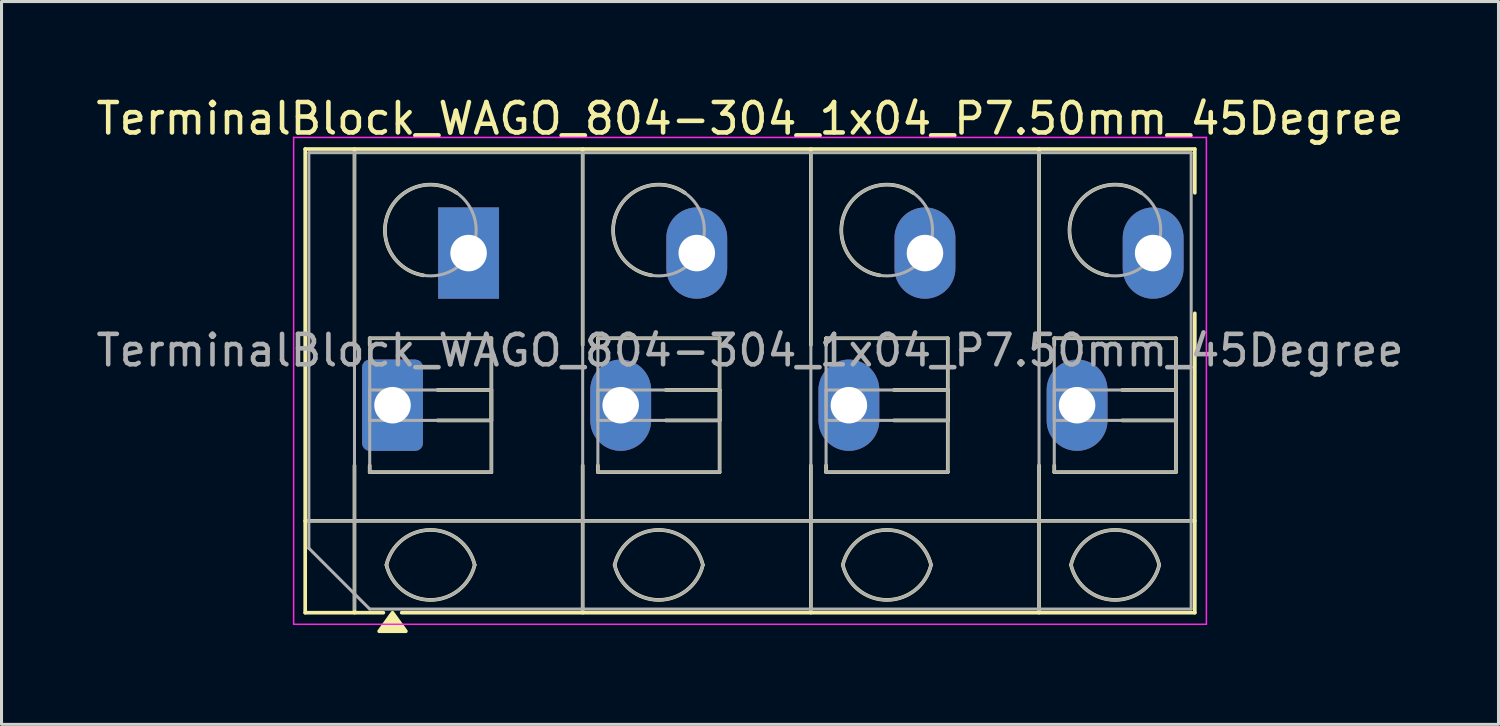
<source format=kicad_pcb>
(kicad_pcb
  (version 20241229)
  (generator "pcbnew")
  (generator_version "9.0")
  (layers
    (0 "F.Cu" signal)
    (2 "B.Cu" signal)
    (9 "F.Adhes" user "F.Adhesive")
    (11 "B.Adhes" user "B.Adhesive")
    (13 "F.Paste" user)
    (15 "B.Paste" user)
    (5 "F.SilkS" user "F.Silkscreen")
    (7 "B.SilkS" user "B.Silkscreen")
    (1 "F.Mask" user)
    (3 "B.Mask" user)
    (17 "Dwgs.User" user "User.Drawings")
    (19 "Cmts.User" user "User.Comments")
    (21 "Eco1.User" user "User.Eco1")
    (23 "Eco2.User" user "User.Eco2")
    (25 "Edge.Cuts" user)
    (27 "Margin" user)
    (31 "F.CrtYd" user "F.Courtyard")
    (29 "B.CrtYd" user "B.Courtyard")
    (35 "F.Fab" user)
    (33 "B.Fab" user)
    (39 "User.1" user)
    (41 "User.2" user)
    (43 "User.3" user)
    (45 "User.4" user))
  (footprint "TerminalBlock_WAGO_804-304_1x04_P7.50mm_45Degree"
    (layer "F.Cu")
    (at 9.851 10.268)
    (property "Reference" "TerminalBlock_WAGO_804-304_1x04_P7.50mm_45Degree" (at 11.75 -9.42 0) (layer "F.SilkS") (effects (font (size 1 1) (thickness 0.15))))
    (attr through_hole)
    (fp_line (start -2.87 -8.42) (end -2.87 6.82) (stroke (width 0.12) (type solid)) (layer "F.SilkS"))
    (fp_line (start -2.87 -8.42) (end 26.37 -8.42) (stroke (width 0.12) (type solid)) (layer "F.SilkS"))
    (fp_line (start -2.87 3.8) (end 26.37 3.8) (stroke (width 0.12) (type solid)) (layer "F.SilkS"))
    (fp_line (start -2.87 6.82) (end -0.3 6.82) (stroke (width 0.12) (type solid)) (layer "F.SilkS"))
    (fp_line (start -1.25 -8.42) (end -1.25 -1.98) (stroke (width 0.12) (type solid)) (layer "F.SilkS"))
    (fp_line (start -1.25 1.98) (end -1.25 6.82) (stroke (width 0.12) (type solid)) (layer "F.SilkS"))
    (fp_line (start -0.75 -2.2) (end -0.75 -1.98) (stroke (width 0.12) (type solid)) (layer "F.SilkS"))
    (fp_line (start -0.75 -2.2) (end 3.25 -2.2) (stroke (width 0.12) (type solid)) (layer "F.SilkS"))
    (fp_line (start -0.75 1.98) (end -0.75 2.2) (stroke (width 0.12) (type solid)) (layer "F.SilkS"))
    (fp_line (start -0.75 2.2) (end 3.25 2.2) (stroke (width 0.12) (type solid)) (layer "F.SilkS"))
    (fp_line (start 0.3 6.82) (end 26.37 6.82) (stroke (width 0.12) (type solid)) (layer "F.SilkS"))
    (fp_line (start 1.48 -0.5) (end 3.25 -0.5) (stroke (width 0.12) (type solid)) (layer "F.SilkS"))
    (fp_line (start 1.48 0.5) (end 3.25 0.5) (stroke (width 0.12) (type solid)) (layer "F.SilkS"))
    (fp_line (start 3.25 -2.2) (end 3.25 2.2) (stroke (width 0.12) (type solid)) (layer "F.SilkS"))
    (fp_line (start 3.25 -0.5) (end 3.25 0.5) (stroke (width 0.12) (type solid)) (layer "F.SilkS"))
    (fp_line (start 6.25 -8.42) (end 6.25 -1.98) (stroke (width 0.12) (type solid)) (layer "F.SilkS"))
    (fp_line (start 6.25 1.98) (end 6.25 6.82) (stroke (width 0.12) (type solid)) (layer "F.SilkS"))
    (fp_line (start 6.75 -2.2) (end 6.75 -1.98) (stroke (width 0.12) (type solid)) (layer "F.SilkS"))
    (fp_line (start 6.75 -2.2) (end 10.75 -2.2) (stroke (width 0.12) (type solid)) (layer "F.SilkS"))
    (fp_line (start 6.75 1.98) (end 6.75 2.2) (stroke (width 0.12) (type solid)) (layer "F.SilkS"))
    (fp_line (start 6.75 2.2) (end 10.75 2.2) (stroke (width 0.12) (type solid)) (layer "F.SilkS"))
    (fp_line (start 8.98 -0.5) (end 10.75 -0.5) (stroke (width 0.12) (type solid)) (layer "F.SilkS"))
    (fp_line (start 8.98 0.5) (end 10.75 0.5) (stroke (width 0.12) (type solid)) (layer "F.SilkS"))
    (fp_line (start 10.75 -2.2) (end 10.75 2.2) (stroke (width 0.12) (type solid)) (layer "F.SilkS"))
    (fp_line (start 10.75 -0.5) (end 10.75 0.5) (stroke (width 0.12) (type solid)) (layer "F.SilkS"))
    (fp_line (start 13.75 -8.42) (end 13.75 -1.98) (stroke (width 0.12) (type solid)) (layer "F.SilkS"))
    (fp_line (start 13.75 1.98) (end 13.75 6.82) (stroke (width 0.12) (type solid)) (layer "F.SilkS"))
    (fp_line (start 14.25 -2.2) (end 14.25 -1.98) (stroke (width 0.12) (type solid)) (layer "F.SilkS"))
    (fp_line (start 14.25 -2.2) (end 18.25 -2.2) (stroke (width 0.12) (type solid)) (layer "F.SilkS"))
    (fp_line (start 14.25 1.98) (end 14.25 2.2) (stroke (width 0.12) (type solid)) (layer "F.SilkS"))
    (fp_line (start 14.25 2.2) (end 18.25 2.2) (stroke (width 0.12) (type solid)) (layer "F.SilkS"))
    (fp_line (start 16.48 -0.5) (end 18.25 -0.5) (stroke (width 0.12) (type solid)) (layer "F.SilkS"))
    (fp_line (start 16.48 0.5) (end 18.25 0.5) (stroke (width 0.12) (type solid)) (layer "F.SilkS"))
    (fp_line (start 18.25 -2.2) (end 18.25 2.2) (stroke (width 0.12) (type solid)) (layer "F.SilkS"))
    (fp_line (start 18.25 -0.5) (end 18.25 0.5) (stroke (width 0.12) (type solid)) (layer "F.SilkS"))
    (fp_line (start 21.25 -8.42) (end 21.25 -1.98) (stroke (width 0.12) (type solid)) (layer "F.SilkS"))
    (fp_line (start 21.25 1.98) (end 21.25 6.82) (stroke (width 0.12) (type solid)) (layer "F.SilkS"))
    (fp_line (start 21.75 -2.2) (end 21.75 -1.98) (stroke (width 0.12) (type solid)) (layer "F.SilkS"))
    (fp_line (start 21.75 -2.2) (end 25.75 -2.2) (stroke (width 0.12) (type solid)) (layer "F.SilkS"))
    (fp_line (start 21.75 1.98) (end 21.75 2.2) (stroke (width 0.12) (type solid)) (layer "F.SilkS"))
    (fp_line (start 21.75 2.2) (end 25.75 2.2) (stroke (width 0.12) (type solid)) (layer "F.SilkS"))
    (fp_line (start 23.98 -0.5) (end 25.75 -0.5) (stroke (width 0.12) (type solid)) (layer "F.SilkS"))
    (fp_line (start 23.98 0.5) (end 25.75 0.5) (stroke (width 0.12) (type solid)) (layer "F.SilkS"))
    (fp_line (start 25.75 -2.2) (end 25.75 2.2) (stroke (width 0.12) (type solid)) (layer "F.SilkS"))
    (fp_line (start 25.75 -0.5) (end 25.75 0.5) (stroke (width 0.12) (type solid)) (layer "F.SilkS"))
    (fp_line (start 26.37 -8.42) (end 26.37 -6.98) (stroke (width 0.12) (type solid)) (layer "F.SilkS"))
    (fp_line (start 26.37 -3.02) (end 26.37 6.82) (stroke (width 0.12) (type solid)) (layer "F.SilkS"))
    (fp_arc (start -0.199942 5.249753) (mid 1.250127 4.099899) (end 2.7 5.25) (stroke (width 0.12) (type solid)) (layer "F.SilkS"))
    (fp_arc (start 1.02 -4.268) (mid -0.141815 -6.308637) (end 2.10843 -6.979765) (stroke (width 0.12) (type solid)) (layer "F.SilkS"))
    (fp_arc (start 2.7 5.25) (mid 1.250127 6.400101) (end -0.199942 5.250247) (stroke (width 0.12) (type solid)) (layer "F.SilkS"))
    (fp_arc (start 7.300058 5.249753) (mid 8.750127 4.099899) (end 10.2 5.25) (stroke (width 0.12) (type solid)) (layer "F.SilkS"))
    (fp_arc (start 8.52 -4.268) (mid 7.358185 -6.308637) (end 9.60843 -6.979765) (stroke (width 0.12) (type solid)) (layer "F.SilkS"))
    (fp_arc (start 10.2 5.25) (mid 8.750127 6.400101) (end 7.300058 5.250247) (stroke (width 0.12) (type solid)) (layer "F.SilkS"))
    (fp_arc (start 14.800058 5.249753) (mid 16.250127 4.099899) (end 17.7 5.25) (stroke (width 0.12) (type solid)) (layer "F.SilkS"))
    (fp_arc (start 16.02 -4.268) (mid 14.858185 -6.308637) (end 17.10843 -6.979765) (stroke (width 0.12) (type solid)) (layer "F.SilkS"))
    (fp_arc (start 17.7 5.25) (mid 16.250127 6.400101) (end 14.800058 5.250247) (stroke (width 0.12) (type solid)) (layer "F.SilkS"))
    (fp_arc (start 22.300058 5.249753) (mid 23.750127 4.099899) (end 25.2 5.25) (stroke (width 0.12) (type solid)) (layer "F.SilkS"))
    (fp_arc (start 23.52 -4.268) (mid 22.358185 -6.308637) (end 24.60843 -6.979765) (stroke (width 0.12) (type solid)) (layer "F.SilkS"))
    (fp_arc (start 25.2 5.25) (mid 23.750127 6.400101) (end 22.300058 5.250247) (stroke (width 0.12) (type solid)) (layer "F.SilkS"))
    (fp_poly (pts (xy 0 6.82) (xy 0.44 7.43) (xy -0.44 7.43)) (stroke (width 0.12) (type solid)) (fill yes) (layer "F.SilkS"))
    (fp_line (start -3.25 -8.8) (end -3.25 7.2) (stroke (width 0.05) (type solid)) (layer "F.CrtYd"))
    (fp_line (start -3.25 7.2) (end 26.75 7.2) (stroke (width 0.05) (type solid)) (layer "F.CrtYd"))
    (fp_line (start 26.75 -8.8) (end -3.25 -8.8) (stroke (width 0.05) (type solid)) (layer "F.CrtYd"))
    (fp_line (start 26.75 7.2) (end 26.75 -8.8) (stroke (width 0.05) (type solid)) (layer "F.CrtYd"))
    (fp_line (start -2.75 -8.3) (end 26.25 -8.3) (stroke (width 0.1) (type solid)) (layer "F.Fab"))
    (fp_line (start -2.75 3.8) (end 26.25 3.8) (stroke (width 0.1) (type solid)) (layer "F.Fab"))
    (fp_line (start -2.75 4.7) (end -2.75 -8.3) (stroke (width 0.1) (type solid)) (layer "F.Fab"))
    (fp_line (start -1.25 -8.3) (end -1.25 6.7) (stroke (width 0.1) (type solid)) (layer "F.Fab"))
    (fp_line (start -0.75 -2.2) (end -0.75 2.2) (stroke (width 0.1) (type solid)) (layer "F.Fab"))
    (fp_line (start -0.75 -0.5) (end -0.75 0.5) (stroke (width 0.1) (type solid)) (layer "F.Fab"))
    (fp_line (start -0.75 0.5) (end 3.25 0.5) (stroke (width 0.1) (type solid)) (layer "F.Fab"))
    (fp_line (start -0.75 2.2) (end 3.25 2.2) (stroke (width 0.1) (type solid)) (layer "F.Fab"))
    (fp_line (start -0.75 6.7) (end -2.75 4.7) (stroke (width 0.1) (type solid)) (layer "F.Fab"))
    (fp_line (start 3.25 -2.2) (end -0.75 -2.2) (stroke (width 0.1) (type solid)) (layer "F.Fab"))
    (fp_line (start 3.25 -0.5) (end -0.75 -0.5) (stroke (width 0.1) (type solid)) (layer "F.Fab"))
    (fp_line (start 3.25 0.5) (end 3.25 -0.5) (stroke (width 0.1) (type solid)) (layer "F.Fab"))
    (fp_line (start 3.25 2.2) (end 3.25 -2.2) (stroke (width 0.1) (type solid)) (layer "F.Fab"))
    (fp_line (start 6.25 -8.3) (end 6.25 6.7) (stroke (width 0.1) (type solid)) (layer "F.Fab"))
    (fp_line (start 6.75 -2.2) (end 6.75 2.2) (stroke (width 0.1) (type solid)) (layer "F.Fab"))
    (fp_line (start 6.75 -0.5) (end 6.75 0.5) (stroke (width 0.1) (type solid)) (layer "F.Fab"))
    (fp_line (start 6.75 0.5) (end 10.75 0.5) (stroke (width 0.1) (type solid)) (layer "F.Fab"))
    (fp_line (start 6.75 2.2) (end 10.75 2.2) (stroke (width 0.1) (type solid)) (layer "F.Fab"))
    (fp_line (start 10.75 -2.2) (end 6.75 -2.2) (stroke (width 0.1) (type solid)) (layer "F.Fab"))
    (fp_line (start 10.75 -0.5) (end 6.75 -0.5) (stroke (width 0.1) (type solid)) (layer "F.Fab"))
    (fp_line (start 10.75 0.5) (end 10.75 -0.5) (stroke (width 0.1) (type solid)) (layer "F.Fab"))
    (fp_line (start 10.75 2.2) (end 10.75 -2.2) (stroke (width 0.1) (type solid)) (layer "F.Fab"))
    (fp_line (start 13.75 -8.3) (end 13.75 6.7) (stroke (width 0.1) (type solid)) (layer "F.Fab"))
    (fp_line (start 14.25 -2.2) (end 14.25 2.2) (stroke (width 0.1) (type solid)) (layer "F.Fab"))
    (fp_line (start 14.25 -0.5) (end 14.25 0.5) (stroke (width 0.1) (type solid)) (layer "F.Fab"))
    (fp_line (start 14.25 0.5) (end 18.25 0.5) (stroke (width 0.1) (type solid)) (layer "F.Fab"))
    (fp_line (start 14.25 2.2) (end 18.25 2.2) (stroke (width 0.1) (type solid)) (layer "F.Fab"))
    (fp_line (start 18.25 -2.2) (end 14.25 -2.2) (stroke (width 0.1) (type solid)) (layer "F.Fab"))
    (fp_line (start 18.25 -0.5) (end 14.25 -0.5) (stroke (width 0.1) (type solid)) (layer "F.Fab"))
    (fp_line (start 18.25 0.5) (end 18.25 -0.5) (stroke (width 0.1) (type solid)) (layer "F.Fab"))
    (fp_line (start 18.25 2.2) (end 18.25 -2.2) (stroke (width 0.1) (type solid)) (layer "F.Fab"))
    (fp_line (start 21.25 -8.3) (end 21.25 6.7) (stroke (width 0.1) (type solid)) (layer "F.Fab"))
    (fp_line (start 21.75 -2.2) (end 21.75 2.2) (stroke (width 0.1) (type solid)) (layer "F.Fab"))
    (fp_line (start 21.75 -0.5) (end 21.75 0.5) (stroke (width 0.1) (type solid)) (layer "F.Fab"))
    (fp_line (start 21.75 0.5) (end 25.75 0.5) (stroke (width 0.1) (type solid)) (layer "F.Fab"))
    (fp_line (start 21.75 2.2) (end 25.75 2.2) (stroke (width 0.1) (type solid)) (layer "F.Fab"))
    (fp_line (start 25.75 -2.2) (end 21.75 -2.2) (stroke (width 0.1) (type solid)) (layer "F.Fab"))
    (fp_line (start 25.75 -0.5) (end 21.75 -0.5) (stroke (width 0.1) (type solid)) (layer "F.Fab"))
    (fp_line (start 25.75 0.5) (end 25.75 -0.5) (stroke (width 0.1) (type solid)) (layer "F.Fab"))
    (fp_line (start 25.75 2.2) (end 25.75 -2.2) (stroke (width 0.1) (type solid)) (layer "F.Fab"))
    (fp_line (start 26.25 -8.3) (end 26.25 6.7) (stroke (width 0.1) (type solid)) (layer "F.Fab"))
    (fp_line (start 26.25 6.7) (end -0.75 6.7) (stroke (width 0.1) (type solid)) (layer "F.Fab"))
    (fp_arc (start -0.200386 5.251649) (mid 1.249153 4.100672) (end 2.7 5.25) (stroke (width 0.1) (type solid)) (layer "F.Fab"))
    (fp_arc (start 2.7 5.25) (mid 1.250127 6.400101) (end -0.199942 5.250247) (stroke (width 0.1) (type solid)) (layer "F.Fab"))
    (fp_arc (start 7.299614 5.251649) (mid 8.749153 4.100672) (end 10.2 5.25) (stroke (width 0.1) (type solid)) (layer "F.Fab"))
    (fp_arc (start 10.2 5.25) (mid 8.750127 6.400101) (end 7.300058 5.250247) (stroke (width 0.1) (type solid)) (layer "F.Fab"))
    (fp_arc (start 14.799614 5.251649) (mid 16.249153 4.100672) (end 17.7 5.25) (stroke (width 0.1) (type solid)) (layer "F.Fab"))
    (fp_arc (start 17.7 5.25) (mid 16.250127 6.400101) (end 14.800058 5.250247) (stroke (width 0.1) (type solid)) (layer "F.Fab"))
    (fp_arc (start 22.299614 5.251649) (mid 23.749153 4.100672) (end 25.2 5.25) (stroke (width 0.1) (type solid)) (layer "F.Fab"))
    (fp_arc (start 25.2 5.25) (mid 23.750127 6.400101) (end 22.300058 5.250247) (stroke (width 0.1) (type solid)) (layer "F.Fab"))
    (fp_circle (center 1.25 -5.75) (end 2.75 -5.75) (stroke (width 0.1) (type solid)) (fill no) (layer "F.Fab"))
    (fp_circle (center 8.75 -5.75) (end 10.25 -5.75) (stroke (width 0.1) (type solid)) (fill no) (layer "F.Fab"))
    (fp_circle (center 16.25 -5.75) (end 17.75 -5.75) (stroke (width 0.1) (type solid)) (fill no) (layer "F.Fab"))
    (fp_circle (center 23.75 -5.75) (end 25.25 -5.75) (stroke (width 0.1) (type solid)) (fill no) (layer "F.Fab"))
    (fp_text user "${REFERENCE}" (at 11.75 -1.8 0) (layer "F.Fab") (effects (font (size 1 1) (thickness 0.15))))
    (pad "1" thru_hole roundrect (at 0 0) (size 2 3) (drill 1.2) (layers "*.Cu" "*.Mask") (roundrect_rratio 0.125))
    (pad "1" thru_hole rect (at 2.5 -5) (size 2 3) (drill 1.2) (layers "*.Cu" "*.Mask"))
    (pad "2" thru_hole oval (at 7.5 0) (size 2 3) (drill 1.2) (layers "*.Cu" "*.Mask"))
    (pad "2" thru_hole oval (at 10 -5) (size 2 3) (drill 1.2) (layers "*.Cu" "*.Mask"))
    (pad "3" thru_hole oval (at 15 0) (size 2 3) (drill 1.2) (layers "*.Cu" "*.Mask"))
    (pad "3" thru_hole oval (at 17.5 -5) (size 2 3) (drill 1.2) (layers "*.Cu" "*.Mask"))
    (pad "4" thru_hole oval (at 22.5 0) (size 2 3) (drill 1.2) (layers "*.Cu" "*.Mask"))
    (pad "4" thru_hole oval (at 25 -5) (size 2 3) (drill 1.2) (layers "*.Cu" "*.Mask")))
  (gr_rect
    (start -3 -3)
    (end 46.202 20.758)
    (stroke (width 0.1) (type default))
    (fill no)
    (layer "Edge.Cuts")))
</source>
